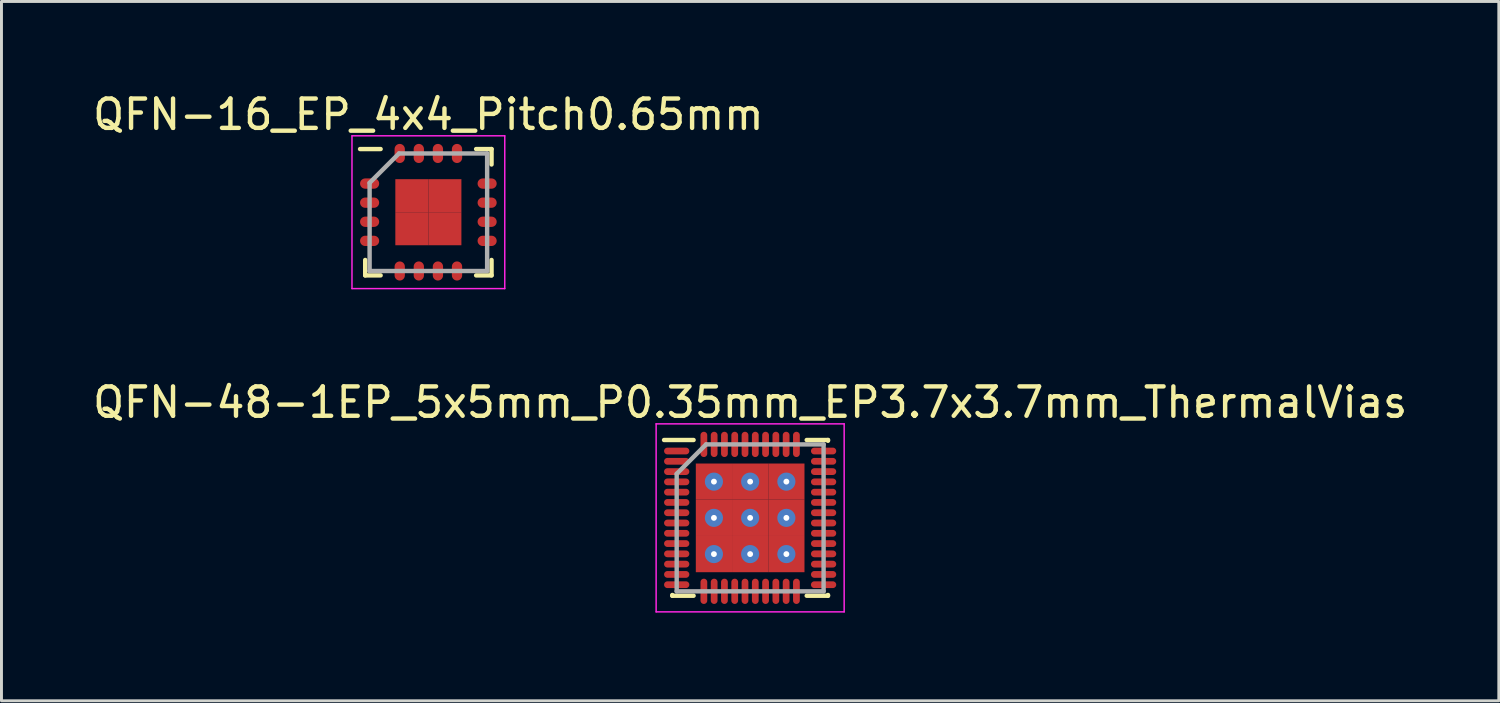
<source format=kicad_pcb>
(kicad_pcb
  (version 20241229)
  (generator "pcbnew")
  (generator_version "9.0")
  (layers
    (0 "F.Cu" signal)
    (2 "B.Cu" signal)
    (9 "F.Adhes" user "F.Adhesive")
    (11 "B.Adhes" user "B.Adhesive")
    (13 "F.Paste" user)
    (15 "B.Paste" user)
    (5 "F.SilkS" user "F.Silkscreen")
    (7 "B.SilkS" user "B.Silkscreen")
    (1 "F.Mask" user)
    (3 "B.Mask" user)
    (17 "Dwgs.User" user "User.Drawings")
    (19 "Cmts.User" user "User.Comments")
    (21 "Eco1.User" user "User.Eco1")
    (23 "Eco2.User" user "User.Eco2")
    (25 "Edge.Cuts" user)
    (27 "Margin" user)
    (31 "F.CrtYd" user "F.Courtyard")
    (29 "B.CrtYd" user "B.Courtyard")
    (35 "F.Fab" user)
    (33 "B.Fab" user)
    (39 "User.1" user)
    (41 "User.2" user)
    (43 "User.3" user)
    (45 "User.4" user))
  (footprint "QFN-16_EP_4x4_Pitch0.65mm"
    (layer "F.Cu")
    (at 11.53 4.173)
    (property "Reference" "QFN-16_EP_4x4_Pitch0.65mm" (at 0 -3.325 0) (layer "F.SilkS") (effects (font (size 1 1) (thickness 0.15))))
    (attr smd)
    (fp_line (start -2.15 2.15) (end -2.15 1.625) (stroke (width 0.15) (type solid)) (layer "F.SilkS"))
    (fp_line (start -1.625 -2.15) (end -2.325 -2.15) (stroke (width 0.15) (type solid)) (layer "F.SilkS"))
    (fp_line (start -1.625 2.15) (end -2.15 2.15) (stroke (width 0.15) (type solid)) (layer "F.SilkS"))
    (fp_line (start 1.625 -2.15) (end 2.15 -2.15) (stroke (width 0.15) (type solid)) (layer "F.SilkS"))
    (fp_line (start 1.625 2.15) (end 2.15 2.15) (stroke (width 0.15) (type solid)) (layer "F.SilkS"))
    (fp_line (start 2.15 -2.15) (end 2.15 -1.625) (stroke (width 0.15) (type solid)) (layer "F.SilkS"))
    (fp_line (start 2.15 2.15) (end 2.15 1.625) (stroke (width 0.15) (type solid)) (layer "F.SilkS"))
    (fp_line (start -2.6 -2.6) (end 2.6 -2.6) (stroke (width 0.05) (type solid)) (layer "F.CrtYd"))
    (fp_line (start -2.6 2.6) (end -2.6 -2.6) (stroke (width 0.05) (type solid)) (layer "F.CrtYd"))
    (fp_line (start 2.6 -2.6) (end 2.6 2.6) (stroke (width 0.05) (type solid)) (layer "F.CrtYd"))
    (fp_line (start 2.6 2.6) (end -2.6 2.6) (stroke (width 0.05) (type solid)) (layer "F.CrtYd"))
    (fp_line (start -2 -1) (end -2 2) (stroke (width 0.15) (type solid)) (layer "F.Fab"))
    (fp_line (start -2 2) (end 2 2) (stroke (width 0.15) (type solid)) (layer "F.Fab"))
    (fp_line (start -1 -2) (end -2 -1) (stroke (width 0.15) (type solid)) (layer "F.Fab"))
    (fp_line (start 2 -2) (end -1 -2) (stroke (width 0.15) (type solid)) (layer "F.Fab"))
    (fp_line (start 2 2) (end 2 -2) (stroke (width 0.15) (type solid)) (layer "F.Fab"))
    (pad "1" smd oval (at -2 -0.975 90) (size 0.35 0.65) (layers "F.Cu" "F.Mask" "F.Paste"))
    (pad "2" smd oval (at -2 -0.325 90) (size 0.35 0.65) (layers "F.Cu" "F.Mask" "F.Paste"))
    (pad "3" smd oval (at -2 0.325 90) (size 0.35 0.65) (layers "F.Cu" "F.Mask" "F.Paste"))
    (pad "4" smd oval (at -2 0.975 90) (size 0.35 0.65) (layers "F.Cu" "F.Mask" "F.Paste"))
    (pad "5" smd oval (at -0.975 2) (size 0.35 0.65) (layers "F.Cu" "F.Mask" "F.Paste"))
    (pad "6" smd oval (at -0.325 2) (size 0.35 0.65) (layers "F.Cu" "F.Mask" "F.Paste"))
    (pad "7" smd oval (at 0.325 2) (size 0.35 0.65) (layers "F.Cu" "F.Mask" "F.Paste"))
    (pad "8" smd oval (at 0.975 2) (size 0.35 0.65) (layers "F.Cu" "F.Mask" "F.Paste"))
    (pad "9" smd oval (at 2 0.975 90) (size 0.35 0.65) (layers "F.Cu" "F.Mask" "F.Paste"))
    (pad "10" smd oval (at 2 0.325 90) (size 0.35 0.65) (layers "F.Cu" "F.Mask" "F.Paste"))
    (pad "11" smd oval (at 2 -0.325 90) (size 0.35 0.65) (layers "F.Cu" "F.Mask" "F.Paste"))
    (pad "12" smd oval (at 2 -0.975 90) (size 0.35 0.65) (layers "F.Cu" "F.Mask" "F.Paste"))
    (pad "13" smd oval (at 0.975 -2) (size 0.35 0.65) (layers "F.Cu" "F.Mask" "F.Paste"))
    (pad "14" smd oval (at 0.325 -2) (size 0.35 0.65) (layers "F.Cu" "F.Mask" "F.Paste"))
    (pad "15" smd oval (at -0.325 -2) (size 0.35 0.65) (layers "F.Cu" "F.Mask" "F.Paste"))
    (pad "16" smd oval (at -0.975 -2) (size 0.35 0.65) (layers "F.Cu" "F.Mask" "F.Paste"))
    (pad "17" smd rect (at -0.562 -0.562) (size 1.125 1.125) (layers "F.Cu" "F.Mask" "F.Paste"))
    (pad "17" smd rect (at -0.562 0.562) (size 1.125 1.125) (layers "F.Cu" "F.Mask" "F.Paste"))
    (pad "17" smd rect (at 0.562 -0.562) (size 1.125 1.125) (layers "F.Cu" "F.Mask" "F.Paste"))
    (pad "17" smd rect (at 0.562 0.562) (size 1.125 1.125) (layers "F.Cu" "F.Mask" "F.Paste")))
  (footprint "QFN-48-1EP_5x5mm_P0.35mm_EP3.7x3.7mm_ThermalVias"
    (layer "F.Cu")
    (at 22.482 14.576)
    (property "Reference" "QFN-48-1EP_5x5mm_P0.35mm_EP3.7x3.7mm_ThermalVias" (at 0 -3.93 0) (layer "F.SilkS") (effects (font (size 1 1) (thickness 0.15))))
    (attr smd)
    (fp_line (start -2.65 2.65) (end -2.65 2.625) (stroke (width 0.15) (type solid)) (layer "F.SilkS"))
    (fp_line (start -1.925 -2.65) (end -2.93 -2.65) (stroke (width 0.15) (type solid)) (layer "F.SilkS"))
    (fp_line (start -1.925 2.65) (end -2.65 2.65) (stroke (width 0.15) (type solid)) (layer "F.SilkS"))
    (fp_line (start 1.925 -2.65) (end 2.65 -2.65) (stroke (width 0.15) (type solid)) (layer "F.SilkS"))
    (fp_line (start 1.925 2.65) (end 2.65 2.65) (stroke (width 0.15) (type solid)) (layer "F.SilkS"))
    (fp_line (start 2.65 -2.65) (end 2.65 -2.625) (stroke (width 0.15) (type solid)) (layer "F.SilkS"))
    (fp_line (start 2.65 2.65) (end 2.65 2.625) (stroke (width 0.15) (type solid)) (layer "F.SilkS"))
    (fp_line (start -3.2 -3.2) (end 3.2 -3.2) (stroke (width 0.05) (type solid)) (layer "F.CrtYd"))
    (fp_line (start -3.2 3.2) (end -3.2 -3.2) (stroke (width 0.05) (type solid)) (layer "F.CrtYd"))
    (fp_line (start 3.2 -3.2) (end 3.2 3.2) (stroke (width 0.05) (type solid)) (layer "F.CrtYd"))
    (fp_line (start 3.2 3.2) (end -3.2 3.2) (stroke (width 0.05) (type solid)) (layer "F.CrtYd"))
    (fp_line (start -2.5 -1.5) (end -2.5 2.5) (stroke (width 0.15) (type solid)) (layer "F.Fab"))
    (fp_line (start -2.5 2.5) (end 2.5 2.5) (stroke (width 0.15) (type solid)) (layer "F.Fab"))
    (fp_line (start -1.5 -2.5) (end -2.5 -1.5) (stroke (width 0.15) (type solid)) (layer "F.Fab"))
    (fp_line (start 2.5 -2.5) (end -1.5 -2.5) (stroke (width 0.15) (type solid)) (layer "F.Fab"))
    (fp_line (start 2.5 2.5) (end 2.5 -2.5) (stroke (width 0.15) (type solid)) (layer "F.Fab"))
    (pad "1" smd oval (at -2.5 -2.275 90) (size 0.23 0.86) (layers "F.Cu" "F.Mask" "F.Paste"))
    (pad "2" smd oval (at -2.5 -1.925 90) (size 0.23 0.86) (layers "F.Cu" "F.Mask" "F.Paste"))
    (pad "3" smd oval (at -2.5 -1.575 90) (size 0.23 0.86) (layers "F.Cu" "F.Mask" "F.Paste"))
    (pad "4" smd oval (at -2.5 -1.225 90) (size 0.23 0.86) (layers "F.Cu" "F.Mask" "F.Paste"))
    (pad "5" smd oval (at -2.5 -0.875 90) (size 0.23 0.86) (layers "F.Cu" "F.Mask" "F.Paste"))
    (pad "6" smd oval (at -2.5 -0.525 90) (size 0.23 0.86) (layers "F.Cu" "F.Mask" "F.Paste"))
    (pad "7" smd oval (at -2.5 -0.175 90) (size 0.23 0.86) (layers "F.Cu" "F.Mask" "F.Paste"))
    (pad "8" smd oval (at -2.5 0.175 90) (size 0.23 0.86) (layers "F.Cu" "F.Mask" "F.Paste"))
    (pad "9" smd oval (at -2.5 0.525 90) (size 0.23 0.86) (layers "F.Cu" "F.Mask" "F.Paste"))
    (pad "10" smd oval (at -2.5 0.875 90) (size 0.23 0.86) (layers "F.Cu" "F.Mask" "F.Paste"))
    (pad "11" smd oval (at -2.5 1.225 90) (size 0.23 0.86) (layers "F.Cu" "F.Mask" "F.Paste"))
    (pad "12" smd oval (at -2.5 1.575 90) (size 0.23 0.86) (layers "F.Cu" "F.Mask" "F.Paste"))
    (pad "13" smd oval (at -2.5 1.925 90) (size 0.23 0.86) (layers "F.Cu" "F.Mask" "F.Paste"))
    (pad "14" smd oval (at -2.5 2.275 90) (size 0.23 0.86) (layers "F.Cu" "F.Mask" "F.Paste"))
    (pad "15" smd oval (at -1.575 2.5) (size 0.23 0.86) (layers "F.Cu" "F.Mask" "F.Paste"))
    (pad "16" smd oval (at -1.225 2.5) (size 0.23 0.86) (layers "F.Cu" "F.Mask" "F.Paste"))
    (pad "17" smd oval (at -0.875 2.5) (size 0.23 0.86) (layers "F.Cu" "F.Mask" "F.Paste"))
    (pad "18" smd oval (at -0.525 2.5) (size 0.23 0.86) (layers "F.Cu" "F.Mask" "F.Paste"))
    (pad "19" smd oval (at -0.175 2.5) (size 0.23 0.86) (layers "F.Cu" "F.Mask" "F.Paste"))
    (pad "20" smd oval (at 0.175 2.5) (size 0.23 0.86) (layers "F.Cu" "F.Mask" "F.Paste"))
    (pad "21" smd oval (at 0.525 2.5) (size 0.23 0.86) (layers "F.Cu" "F.Mask" "F.Paste"))
    (pad "22" smd oval (at 0.875 2.5) (size 0.23 0.86) (layers "F.Cu" "F.Mask" "F.Paste"))
    (pad "23" smd oval (at 1.225 2.5) (size 0.23 0.86) (layers "F.Cu" "F.Mask" "F.Paste"))
    (pad "24" smd oval (at 1.575 2.5) (size 0.23 0.86) (layers "F.Cu" "F.Mask" "F.Paste"))
    (pad "25" smd oval (at 2.5 2.275 90) (size 0.23 0.86) (layers "F.Cu" "F.Mask" "F.Paste"))
    (pad "26" smd oval (at 2.5 1.925 90) (size 0.23 0.86) (layers "F.Cu" "F.Mask" "F.Paste"))
    (pad "27" smd oval (at 2.5 1.575 90) (size 0.23 0.86) (layers "F.Cu" "F.Mask" "F.Paste"))
    (pad "28" smd oval (at 2.5 1.225 90) (size 0.23 0.86) (layers "F.Cu" "F.Mask" "F.Paste"))
    (pad "29" smd oval (at 2.5 0.875 90) (size 0.23 0.86) (layers "F.Cu" "F.Mask" "F.Paste"))
    (pad "30" smd oval (at 2.5 0.525 90) (size 0.23 0.86) (layers "F.Cu" "F.Mask" "F.Paste"))
    (pad "31" smd oval (at 2.5 0.175 90) (size 0.23 0.86) (layers "F.Cu" "F.Mask" "F.Paste"))
    (pad "32" smd oval (at 2.5 -0.175 90) (size 0.23 0.86) (layers "F.Cu" "F.Mask" "F.Paste"))
    (pad "33" smd oval (at 2.5 -0.525 90) (size 0.23 0.86) (layers "F.Cu" "F.Mask" "F.Paste"))
    (pad "34" smd oval (at 2.5 -0.875 90) (size 0.23 0.86) (layers "F.Cu" "F.Mask" "F.Paste"))
    (pad "35" smd oval (at 2.5 -1.225 90) (size 0.23 0.86) (layers "F.Cu" "F.Mask" "F.Paste"))
    (pad "36" smd oval (at 2.5 -1.575 90) (size 0.23 0.86) (layers "F.Cu" "F.Mask" "F.Paste"))
    (pad "37" smd oval (at 2.5 -1.925 90) (size 0.23 0.86) (layers "F.Cu" "F.Mask" "F.Paste"))
    (pad "38" smd oval (at 2.5 -2.275 90) (size 0.23 0.86) (layers "F.Cu" "F.Mask" "F.Paste"))
    (pad "39" smd oval (at 1.575 -2.5) (size 0.23 0.86) (layers "F.Cu" "F.Mask" "F.Paste"))
    (pad "40" smd oval (at 1.225 -2.5) (size 0.23 0.86) (layers "F.Cu" "F.Mask" "F.Paste"))
    (pad "41" smd oval (at 0.875 -2.5) (size 0.23 0.86) (layers "F.Cu" "F.Mask" "F.Paste"))
    (pad "42" smd oval (at 0.525 -2.5) (size 0.23 0.86) (layers "F.Cu" "F.Mask" "F.Paste"))
    (pad "43" smd oval (at 0.175 -2.5) (size 0.23 0.86) (layers "F.Cu" "F.Mask" "F.Paste"))
    (pad "44" smd oval (at -0.175 -2.5) (size 0.23 0.86) (layers "F.Cu" "F.Mask" "F.Paste"))
    (pad "45" smd oval (at -0.525 -2.5) (size 0.23 0.86) (layers "F.Cu" "F.Mask" "F.Paste"))
    (pad "46" smd oval (at -0.875 -2.5) (size 0.23 0.86) (layers "F.Cu" "F.Mask" "F.Paste"))
    (pad "47" smd oval (at -1.225 -2.5) (size 0.23 0.86) (layers "F.Cu" "F.Mask" "F.Paste"))
    (pad "48" smd oval (at -1.575 -2.5) (size 0.23 0.86) (layers "F.Cu" "F.Mask" "F.Paste"))
    (pad "49" thru_hole circle (at -1.233 -1.233) (size 0.617 0.617) (drill 0.2) (layers "*.Cu" "*.Mask"))
    (pad "49" smd rect (at -1.233 -1.233) (size 1.233 1.233) (layers "F.Cu" "F.Mask" "F.Paste"))
    (pad "49" thru_hole circle (at -1.233 0) (size 0.617 0.617) (drill 0.2) (layers "*.Cu" "*.Mask"))
    (pad "49" smd rect (at -1.233 0) (size 1.233 1.233) (layers "F.Cu" "F.Mask" "F.Paste"))
    (pad "49" thru_hole circle (at -1.233 1.233) (size 0.617 0.617) (drill 0.2) (layers "*.Cu" "*.Mask"))
    (pad "49" smd rect (at -1.233 1.233) (size 1.233 1.233) (layers "F.Cu" "F.Mask" "F.Paste"))
    (pad "49" thru_hole circle (at 0 -1.233) (size 0.617 0.617) (drill 0.2) (layers "*.Cu" "*.Mask"))
    (pad "49" smd rect (at 0 -1.233) (size 1.233 1.233) (layers "F.Cu" "F.Mask" "F.Paste"))
    (pad "49" thru_hole circle (at 0 0) (size 0.617 0.617) (drill 0.2) (layers "*.Cu" "*.Mask"))
    (pad "49" smd rect (at 0 0) (size 1.233 1.233) (layers "F.Cu" "F.Mask" "F.Paste"))
    (pad "49" thru_hole circle (at 0 1.233) (size 0.617 0.617) (drill 0.2) (layers "*.Cu" "*.Mask"))
    (pad "49" smd rect (at 0 1.233) (size 1.233 1.233) (layers "F.Cu" "F.Mask" "F.Paste"))
    (pad "49" thru_hole circle (at 1.233 -1.233) (size 0.617 0.617) (drill 0.2) (layers "*.Cu" "*.Mask"))
    (pad "49" smd rect (at 1.233 -1.233) (size 1.233 1.233) (layers "F.Cu" "F.Mask" "F.Paste"))
    (pad "49" thru_hole circle (at 1.233 0) (size 0.617 0.617) (drill 0.2) (layers "*.Cu" "*.Mask"))
    (pad "49" smd rect (at 1.233 0) (size 1.233 1.233) (layers "F.Cu" "F.Mask" "F.Paste"))
    (pad "49" thru_hole circle (at 1.233 1.233) (size 0.617 0.617) (drill 0.2) (layers "*.Cu" "*.Mask"))
    (pad "49" smd rect (at 1.233 1.233) (size 1.233 1.233) (layers "F.Cu" "F.Mask" "F.Paste")))
  (gr_rect
    (start -3 -3)
    (end 47.964 20.802)
    (stroke (width 0.1) (type default))
    (fill no)
    (layer "Edge.Cuts")))
</source>
